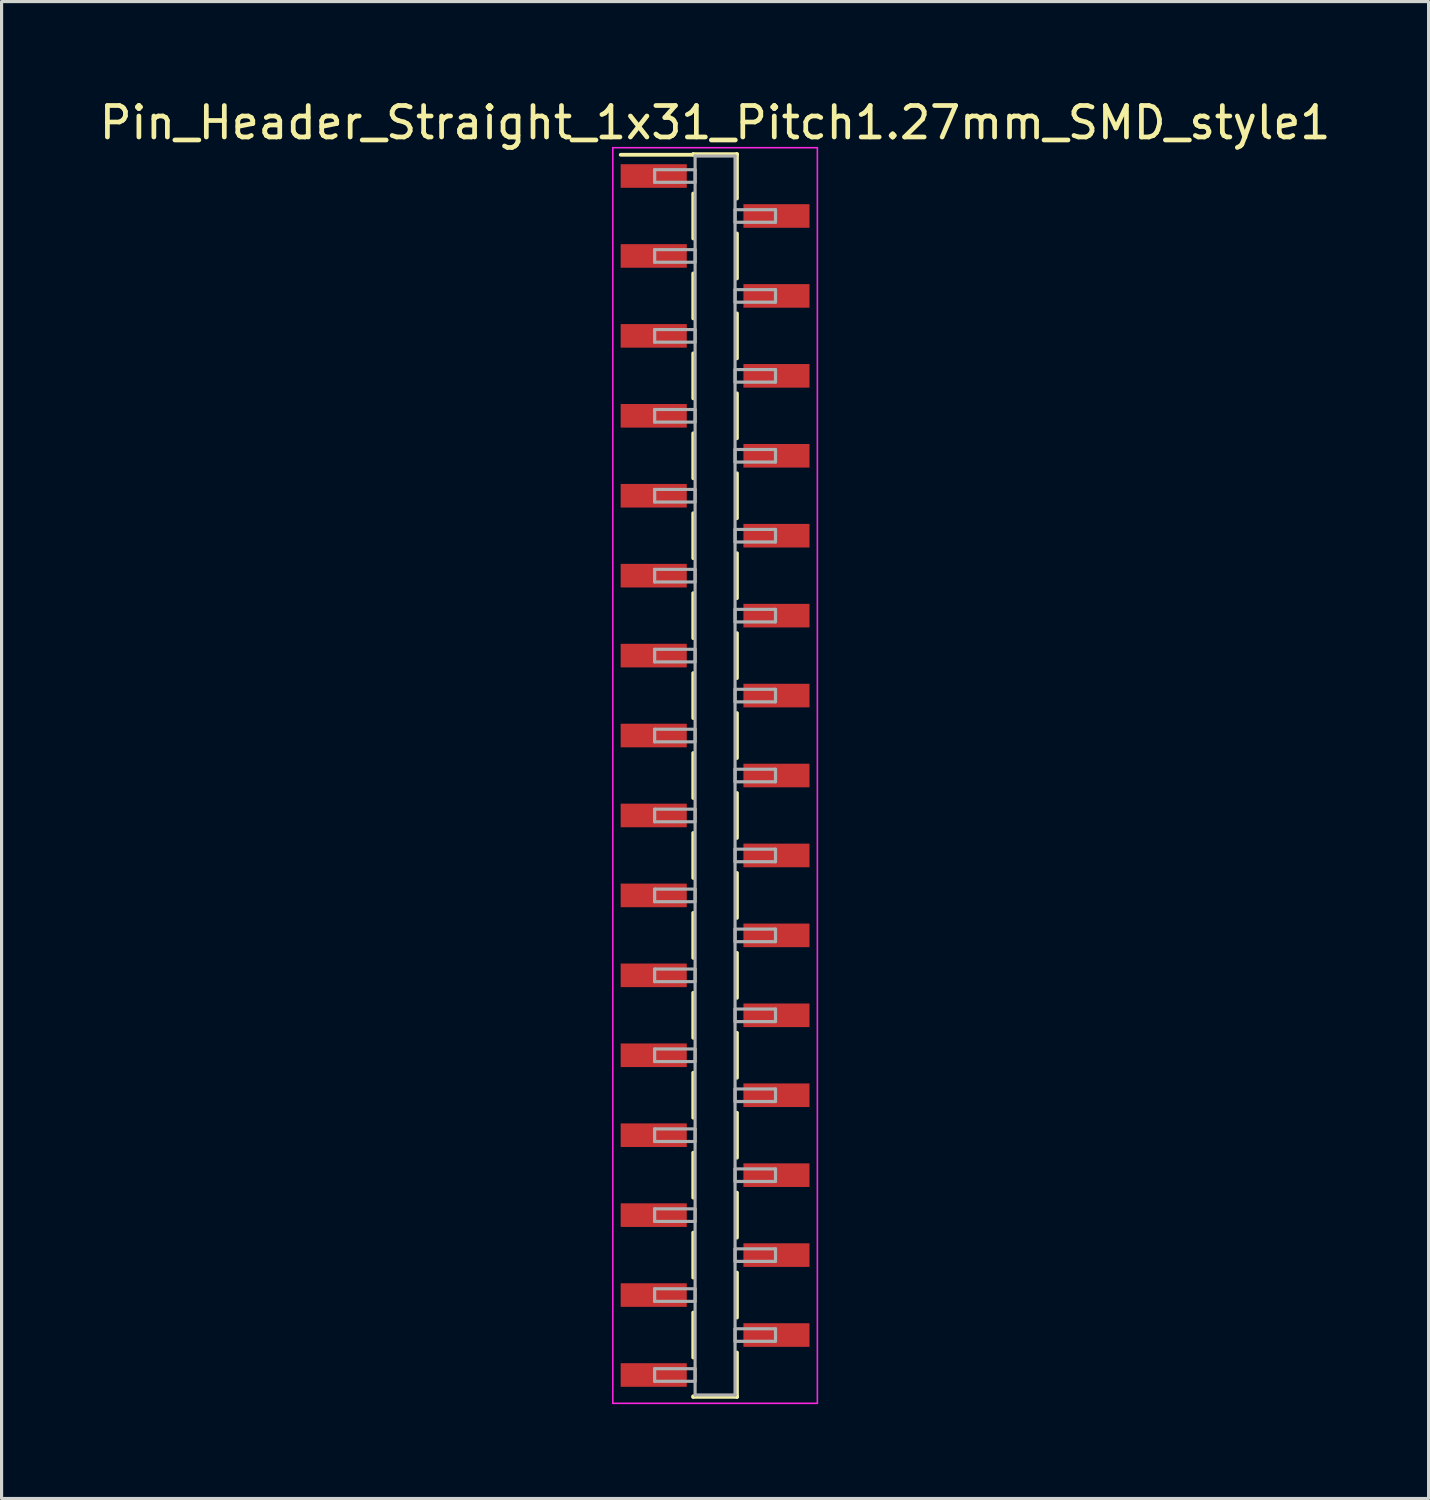
<source format=kicad_pcb>
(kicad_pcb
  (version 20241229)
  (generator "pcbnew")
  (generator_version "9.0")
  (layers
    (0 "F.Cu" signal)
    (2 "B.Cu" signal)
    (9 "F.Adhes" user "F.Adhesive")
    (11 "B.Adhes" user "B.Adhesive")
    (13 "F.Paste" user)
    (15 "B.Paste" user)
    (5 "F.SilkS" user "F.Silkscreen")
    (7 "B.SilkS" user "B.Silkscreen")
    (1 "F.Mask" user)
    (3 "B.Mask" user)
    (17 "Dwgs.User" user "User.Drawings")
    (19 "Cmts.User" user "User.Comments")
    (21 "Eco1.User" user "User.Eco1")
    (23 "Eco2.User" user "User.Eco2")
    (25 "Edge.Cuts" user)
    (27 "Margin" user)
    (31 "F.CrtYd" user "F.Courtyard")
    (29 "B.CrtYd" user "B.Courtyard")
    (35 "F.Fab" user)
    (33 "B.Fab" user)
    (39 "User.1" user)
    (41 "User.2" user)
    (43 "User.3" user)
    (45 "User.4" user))
  (footprint "Pin_Header_Straight_1x31_Pitch1.27mm_SMD_style1"
    (layer "F.Cu")
    (at 19.673 21.593)
    (property "Reference" "Pin_Header_Straight_1x31_Pitch1.27mm_SMD_style1" (at 0 -20.745 0) (layer "F.SilkS") (effects (font (size 1 1) (thickness 0.15))))
    (attr smd)
    (fp_line (start -0.695 -19.745) (end 0.695 -19.745) (stroke (width 0.12) (type solid)) (layer "F.SilkS"))
    (fp_line (start -0.695 -19.725) (end -3 -19.725) (stroke (width 0.12) (type solid)) (layer "F.SilkS"))
    (fp_line (start -0.695 -19.725) (end -0.695 -19.745) (stroke (width 0.12) (type solid)) (layer "F.SilkS"))
    (fp_line (start -0.695 -18.495) (end -0.695 -17.065) (stroke (width 0.12) (type solid)) (layer "F.SilkS"))
    (fp_line (start -0.695 -15.955) (end -0.695 -14.525) (stroke (width 0.12) (type solid)) (layer "F.SilkS"))
    (fp_line (start -0.695 -13.415) (end -0.695 -11.985) (stroke (width 0.12) (type solid)) (layer "F.SilkS"))
    (fp_line (start -0.695 -10.875) (end -0.695 -9.445) (stroke (width 0.12) (type solid)) (layer "F.SilkS"))
    (fp_line (start -0.695 -8.335) (end -0.695 -6.905) (stroke (width 0.12) (type solid)) (layer "F.SilkS"))
    (fp_line (start -0.695 -5.795) (end -0.695 -4.365) (stroke (width 0.12) (type solid)) (layer "F.SilkS"))
    (fp_line (start -0.695 -3.255) (end -0.695 -1.825) (stroke (width 0.12) (type solid)) (layer "F.SilkS"))
    (fp_line (start -0.695 -0.715) (end -0.695 0.715) (stroke (width 0.12) (type solid)) (layer "F.SilkS"))
    (fp_line (start -0.695 1.825) (end -0.695 3.255) (stroke (width 0.12) (type solid)) (layer "F.SilkS"))
    (fp_line (start -0.695 4.365) (end -0.695 5.795) (stroke (width 0.12) (type solid)) (layer "F.SilkS"))
    (fp_line (start -0.695 6.905) (end -0.695 8.335) (stroke (width 0.12) (type solid)) (layer "F.SilkS"))
    (fp_line (start -0.695 9.445) (end -0.695 10.875) (stroke (width 0.12) (type solid)) (layer "F.SilkS"))
    (fp_line (start -0.695 11.985) (end -0.695 13.415) (stroke (width 0.12) (type solid)) (layer "F.SilkS"))
    (fp_line (start -0.695 14.525) (end -0.695 15.955) (stroke (width 0.12) (type solid)) (layer "F.SilkS"))
    (fp_line (start -0.695 17.065) (end -0.695 18.495) (stroke (width 0.12) (type solid)) (layer "F.SilkS"))
    (fp_line (start -0.695 19.725) (end -0.695 19.745) (stroke (width 0.12) (type solid)) (layer "F.SilkS"))
    (fp_line (start -0.695 19.745) (end 0.695 19.745) (stroke (width 0.12) (type solid)) (layer "F.SilkS"))
    (fp_line (start 0.695 -19.745) (end 0.695 -19.725) (stroke (width 0.12) (type solid)) (layer "F.SilkS"))
    (fp_line (start 0.695 -19.745) (end 0.695 -18.335) (stroke (width 0.12) (type solid)) (layer "F.SilkS"))
    (fp_line (start 0.695 -17.225) (end 0.695 -15.795) (stroke (width 0.12) (type solid)) (layer "F.SilkS"))
    (fp_line (start 0.695 -14.685) (end 0.695 -13.255) (stroke (width 0.12) (type solid)) (layer "F.SilkS"))
    (fp_line (start 0.695 -12.145) (end 0.695 -10.715) (stroke (width 0.12) (type solid)) (layer "F.SilkS"))
    (fp_line (start 0.695 -9.605) (end 0.695 -8.175) (stroke (width 0.12) (type solid)) (layer "F.SilkS"))
    (fp_line (start 0.695 -7.065) (end 0.695 -5.635) (stroke (width 0.12) (type solid)) (layer "F.SilkS"))
    (fp_line (start 0.695 -4.525) (end 0.695 -3.095) (stroke (width 0.12) (type solid)) (layer "F.SilkS"))
    (fp_line (start 0.695 -1.985) (end 0.695 -0.555) (stroke (width 0.12) (type solid)) (layer "F.SilkS"))
    (fp_line (start 0.695 0.555) (end 0.695 1.985) (stroke (width 0.12) (type solid)) (layer "F.SilkS"))
    (fp_line (start 0.695 3.095) (end 0.695 4.525) (stroke (width 0.12) (type solid)) (layer "F.SilkS"))
    (fp_line (start 0.695 5.635) (end 0.695 7.065) (stroke (width 0.12) (type solid)) (layer "F.SilkS"))
    (fp_line (start 0.695 8.175) (end 0.695 9.605) (stroke (width 0.12) (type solid)) (layer "F.SilkS"))
    (fp_line (start 0.695 10.715) (end 0.695 12.145) (stroke (width 0.12) (type solid)) (layer "F.SilkS"))
    (fp_line (start 0.695 13.255) (end 0.695 14.685) (stroke (width 0.12) (type solid)) (layer "F.SilkS"))
    (fp_line (start 0.695 15.795) (end 0.695 17.225) (stroke (width 0.12) (type solid)) (layer "F.SilkS"))
    (fp_line (start 0.695 18.335) (end 0.695 19.745) (stroke (width 0.12) (type solid)) (layer "F.SilkS"))
    (fp_line (start 0.695 19.745) (end 0.695 19.725) (stroke (width 0.12) (type solid)) (layer "F.SilkS"))
    (fp_line (start -3.25 -19.95) (end -3.25 19.95) (stroke (width 0.05) (type solid)) (layer "F.CrtYd"))
    (fp_line (start -3.25 19.95) (end 3.25 19.95) (stroke (width 0.05) (type solid)) (layer "F.CrtYd"))
    (fp_line (start 3.25 -19.95) (end -3.25 -19.95) (stroke (width 0.05) (type solid)) (layer "F.CrtYd"))
    (fp_line (start 3.25 19.95) (end 3.25 -19.95) (stroke (width 0.05) (type solid)) (layer "F.CrtYd"))
    (fp_line (start -1.92 -19.25) (end -0.635 -19.25) (stroke (width 0.1) (type solid)) (layer "F.Fab"))
    (fp_line (start -1.92 -18.85) (end -1.92 -19.25) (stroke (width 0.1) (type solid)) (layer "F.Fab"))
    (fp_line (start -1.92 -16.71) (end -0.635 -16.71) (stroke (width 0.1) (type solid)) (layer "F.Fab"))
    (fp_line (start -1.92 -16.31) (end -1.92 -16.71) (stroke (width 0.1) (type solid)) (layer "F.Fab"))
    (fp_line (start -1.92 -14.17) (end -0.635 -14.17) (stroke (width 0.1) (type solid)) (layer "F.Fab"))
    (fp_line (start -1.92 -13.77) (end -1.92 -14.17) (stroke (width 0.1) (type solid)) (layer "F.Fab"))
    (fp_line (start -1.92 -11.63) (end -0.635 -11.63) (stroke (width 0.1) (type solid)) (layer "F.Fab"))
    (fp_line (start -1.92 -11.23) (end -1.92 -11.63) (stroke (width 0.1) (type solid)) (layer "F.Fab"))
    (fp_line (start -1.92 -9.09) (end -0.635 -9.09) (stroke (width 0.1) (type solid)) (layer "F.Fab"))
    (fp_line (start -1.92 -8.69) (end -1.92 -9.09) (stroke (width 0.1) (type solid)) (layer "F.Fab"))
    (fp_line (start -1.92 -6.55) (end -0.635 -6.55) (stroke (width 0.1) (type solid)) (layer "F.Fab"))
    (fp_line (start -1.92 -6.15) (end -1.92 -6.55) (stroke (width 0.1) (type solid)) (layer "F.Fab"))
    (fp_line (start -1.92 -4.01) (end -0.635 -4.01) (stroke (width 0.1) (type solid)) (layer "F.Fab"))
    (fp_line (start -1.92 -3.61) (end -1.92 -4.01) (stroke (width 0.1) (type solid)) (layer "F.Fab"))
    (fp_line (start -1.92 -1.47) (end -0.635 -1.47) (stroke (width 0.1) (type solid)) (layer "F.Fab"))
    (fp_line (start -1.92 -1.07) (end -1.92 -1.47) (stroke (width 0.1) (type solid)) (layer "F.Fab"))
    (fp_line (start -1.92 1.07) (end -0.635 1.07) (stroke (width 0.1) (type solid)) (layer "F.Fab"))
    (fp_line (start -1.92 1.47) (end -1.92 1.07) (stroke (width 0.1) (type solid)) (layer "F.Fab"))
    (fp_line (start -1.92 3.61) (end -0.635 3.61) (stroke (width 0.1) (type solid)) (layer "F.Fab"))
    (fp_line (start -1.92 4.01) (end -1.92 3.61) (stroke (width 0.1) (type solid)) (layer "F.Fab"))
    (fp_line (start -1.92 6.15) (end -0.635 6.15) (stroke (width 0.1) (type solid)) (layer "F.Fab"))
    (fp_line (start -1.92 6.55) (end -1.92 6.15) (stroke (width 0.1) (type solid)) (layer "F.Fab"))
    (fp_line (start -1.92 8.69) (end -0.635 8.69) (stroke (width 0.1) (type solid)) (layer "F.Fab"))
    (fp_line (start -1.92 9.09) (end -1.92 8.69) (stroke (width 0.1) (type solid)) (layer "F.Fab"))
    (fp_line (start -1.92 11.23) (end -0.635 11.23) (stroke (width 0.1) (type solid)) (layer "F.Fab"))
    (fp_line (start -1.92 11.63) (end -1.92 11.23) (stroke (width 0.1) (type solid)) (layer "F.Fab"))
    (fp_line (start -1.92 13.77) (end -0.635 13.77) (stroke (width 0.1) (type solid)) (layer "F.Fab"))
    (fp_line (start -1.92 14.17) (end -1.92 13.77) (stroke (width 0.1) (type solid)) (layer "F.Fab"))
    (fp_line (start -1.92 16.31) (end -0.635 16.31) (stroke (width 0.1) (type solid)) (layer "F.Fab"))
    (fp_line (start -1.92 16.71) (end -1.92 16.31) (stroke (width 0.1) (type solid)) (layer "F.Fab"))
    (fp_line (start -1.92 18.85) (end -0.635 18.85) (stroke (width 0.1) (type solid)) (layer "F.Fab"))
    (fp_line (start -1.92 19.25) (end -1.92 18.85) (stroke (width 0.1) (type solid)) (layer "F.Fab"))
    (fp_line (start -0.635 -19.685) (end -0.635 19.685) (stroke (width 0.1) (type solid)) (layer "F.Fab"))
    (fp_line (start -0.635 -19.25) (end -0.635 -18.85) (stroke (width 0.1) (type solid)) (layer "F.Fab"))
    (fp_line (start -0.635 -18.85) (end -1.92 -18.85) (stroke (width 0.1) (type solid)) (layer "F.Fab"))
    (fp_line (start -0.635 -16.71) (end -0.635 -16.31) (stroke (width 0.1) (type solid)) (layer "F.Fab"))
    (fp_line (start -0.635 -16.31) (end -1.92 -16.31) (stroke (width 0.1) (type solid)) (layer "F.Fab"))
    (fp_line (start -0.635 -14.17) (end -0.635 -13.77) (stroke (width 0.1) (type solid)) (layer "F.Fab"))
    (fp_line (start -0.635 -13.77) (end -1.92 -13.77) (stroke (width 0.1) (type solid)) (layer "F.Fab"))
    (fp_line (start -0.635 -11.63) (end -0.635 -11.23) (stroke (width 0.1) (type solid)) (layer "F.Fab"))
    (fp_line (start -0.635 -11.23) (end -1.92 -11.23) (stroke (width 0.1) (type solid)) (layer "F.Fab"))
    (fp_line (start -0.635 -9.09) (end -0.635 -8.69) (stroke (width 0.1) (type solid)) (layer "F.Fab"))
    (fp_line (start -0.635 -8.69) (end -1.92 -8.69) (stroke (width 0.1) (type solid)) (layer "F.Fab"))
    (fp_line (start -0.635 -6.55) (end -0.635 -6.15) (stroke (width 0.1) (type solid)) (layer "F.Fab"))
    (fp_line (start -0.635 -6.15) (end -1.92 -6.15) (stroke (width 0.1) (type solid)) (layer "F.Fab"))
    (fp_line (start -0.635 -4.01) (end -0.635 -3.61) (stroke (width 0.1) (type solid)) (layer "F.Fab"))
    (fp_line (start -0.635 -3.61) (end -1.92 -3.61) (stroke (width 0.1) (type solid)) (layer "F.Fab"))
    (fp_line (start -0.635 -1.47) (end -0.635 -1.07) (stroke (width 0.1) (type solid)) (layer "F.Fab"))
    (fp_line (start -0.635 -1.07) (end -1.92 -1.07) (stroke (width 0.1) (type solid)) (layer "F.Fab"))
    (fp_line (start -0.635 1.07) (end -0.635 1.47) (stroke (width 0.1) (type solid)) (layer "F.Fab"))
    (fp_line (start -0.635 1.47) (end -1.92 1.47) (stroke (width 0.1) (type solid)) (layer "F.Fab"))
    (fp_line (start -0.635 3.61) (end -0.635 4.01) (stroke (width 0.1) (type solid)) (layer "F.Fab"))
    (fp_line (start -0.635 4.01) (end -1.92 4.01) (stroke (width 0.1) (type solid)) (layer "F.Fab"))
    (fp_line (start -0.635 6.15) (end -0.635 6.55) (stroke (width 0.1) (type solid)) (layer "F.Fab"))
    (fp_line (start -0.635 6.55) (end -1.92 6.55) (stroke (width 0.1) (type solid)) (layer "F.Fab"))
    (fp_line (start -0.635 8.69) (end -0.635 9.09) (stroke (width 0.1) (type solid)) (layer "F.Fab"))
    (fp_line (start -0.635 9.09) (end -1.92 9.09) (stroke (width 0.1) (type solid)) (layer "F.Fab"))
    (fp_line (start -0.635 11.23) (end -0.635 11.63) (stroke (width 0.1) (type solid)) (layer "F.Fab"))
    (fp_line (start -0.635 11.63) (end -1.92 11.63) (stroke (width 0.1) (type solid)) (layer "F.Fab"))
    (fp_line (start -0.635 13.77) (end -0.635 14.17) (stroke (width 0.1) (type solid)) (layer "F.Fab"))
    (fp_line (start -0.635 14.17) (end -1.92 14.17) (stroke (width 0.1) (type solid)) (layer "F.Fab"))
    (fp_line (start -0.635 16.31) (end -0.635 16.71) (stroke (width 0.1) (type solid)) (layer "F.Fab"))
    (fp_line (start -0.635 16.71) (end -1.92 16.71) (stroke (width 0.1) (type solid)) (layer "F.Fab"))
    (fp_line (start -0.635 18.85) (end -0.635 19.25) (stroke (width 0.1) (type solid)) (layer "F.Fab"))
    (fp_line (start -0.635 19.25) (end -1.92 19.25) (stroke (width 0.1) (type solid)) (layer "F.Fab"))
    (fp_line (start -0.635 19.685) (end 0.635 19.685) (stroke (width 0.1) (type solid)) (layer "F.Fab"))
    (fp_line (start 0.635 -19.685) (end -0.635 -19.685) (stroke (width 0.1) (type solid)) (layer "F.Fab"))
    (fp_line (start 0.635 -17.98) (end 0.635 -17.58) (stroke (width 0.1) (type solid)) (layer "F.Fab"))
    (fp_line (start 0.635 -17.58) (end 1.92 -17.58) (stroke (width 0.1) (type solid)) (layer "F.Fab"))
    (fp_line (start 0.635 -15.44) (end 0.635 -15.04) (stroke (width 0.1) (type solid)) (layer "F.Fab"))
    (fp_line (start 0.635 -15.04) (end 1.92 -15.04) (stroke (width 0.1) (type solid)) (layer "F.Fab"))
    (fp_line (start 0.635 -12.9) (end 0.635 -12.5) (stroke (width 0.1) (type solid)) (layer "F.Fab"))
    (fp_line (start 0.635 -12.5) (end 1.92 -12.5) (stroke (width 0.1) (type solid)) (layer "F.Fab"))
    (fp_line (start 0.635 -10.36) (end 0.635 -9.96) (stroke (width 0.1) (type solid)) (layer "F.Fab"))
    (fp_line (start 0.635 -9.96) (end 1.92 -9.96) (stroke (width 0.1) (type solid)) (layer "F.Fab"))
    (fp_line (start 0.635 -7.82) (end 0.635 -7.42) (stroke (width 0.1) (type solid)) (layer "F.Fab"))
    (fp_line (start 0.635 -7.42) (end 1.92 -7.42) (stroke (width 0.1) (type solid)) (layer "F.Fab"))
    (fp_line (start 0.635 -5.28) (end 0.635 -4.88) (stroke (width 0.1) (type solid)) (layer "F.Fab"))
    (fp_line (start 0.635 -4.88) (end 1.92 -4.88) (stroke (width 0.1) (type solid)) (layer "F.Fab"))
    (fp_line (start 0.635 -2.74) (end 0.635 -2.34) (stroke (width 0.1) (type solid)) (layer "F.Fab"))
    (fp_line (start 0.635 -2.34) (end 1.92 -2.34) (stroke (width 0.1) (type solid)) (layer "F.Fab"))
    (fp_line (start 0.635 -0.2) (end 0.635 0.2) (stroke (width 0.1) (type solid)) (layer "F.Fab"))
    (fp_line (start 0.635 0.2) (end 1.92 0.2) (stroke (width 0.1) (type solid)) (layer "F.Fab"))
    (fp_line (start 0.635 2.34) (end 0.635 2.74) (stroke (width 0.1) (type solid)) (layer "F.Fab"))
    (fp_line (start 0.635 2.74) (end 1.92 2.74) (stroke (width 0.1) (type solid)) (layer "F.Fab"))
    (fp_line (start 0.635 4.88) (end 0.635 5.28) (stroke (width 0.1) (type solid)) (layer "F.Fab"))
    (fp_line (start 0.635 5.28) (end 1.92 5.28) (stroke (width 0.1) (type solid)) (layer "F.Fab"))
    (fp_line (start 0.635 7.42) (end 0.635 7.82) (stroke (width 0.1) (type solid)) (layer "F.Fab"))
    (fp_line (start 0.635 7.82) (end 1.92 7.82) (stroke (width 0.1) (type solid)) (layer "F.Fab"))
    (fp_line (start 0.635 9.96) (end 0.635 10.36) (stroke (width 0.1) (type solid)) (layer "F.Fab"))
    (fp_line (start 0.635 10.36) (end 1.92 10.36) (stroke (width 0.1) (type solid)) (layer "F.Fab"))
    (fp_line (start 0.635 12.5) (end 0.635 12.9) (stroke (width 0.1) (type solid)) (layer "F.Fab"))
    (fp_line (start 0.635 12.9) (end 1.92 12.9) (stroke (width 0.1) (type solid)) (layer "F.Fab"))
    (fp_line (start 0.635 15.04) (end 0.635 15.44) (stroke (width 0.1) (type solid)) (layer "F.Fab"))
    (fp_line (start 0.635 15.44) (end 1.92 15.44) (stroke (width 0.1) (type solid)) (layer "F.Fab"))
    (fp_line (start 0.635 17.58) (end 0.635 17.98) (stroke (width 0.1) (type solid)) (layer "F.Fab"))
    (fp_line (start 0.635 17.98) (end 1.92 17.98) (stroke (width 0.1) (type solid)) (layer "F.Fab"))
    (fp_line (start 0.635 19.685) (end 0.635 -19.685) (stroke (width 0.1) (type solid)) (layer "F.Fab"))
    (fp_line (start 1.92 -17.98) (end 0.635 -17.98) (stroke (width 0.1) (type solid)) (layer "F.Fab"))
    (fp_line (start 1.92 -17.58) (end 1.92 -17.98) (stroke (width 0.1) (type solid)) (layer "F.Fab"))
    (fp_line (start 1.92 -15.44) (end 0.635 -15.44) (stroke (width 0.1) (type solid)) (layer "F.Fab"))
    (fp_line (start 1.92 -15.04) (end 1.92 -15.44) (stroke (width 0.1) (type solid)) (layer "F.Fab"))
    (fp_line (start 1.92 -12.9) (end 0.635 -12.9) (stroke (width 0.1) (type solid)) (layer "F.Fab"))
    (fp_line (start 1.92 -12.5) (end 1.92 -12.9) (stroke (width 0.1) (type solid)) (layer "F.Fab"))
    (fp_line (start 1.92 -10.36) (end 0.635 -10.36) (stroke (width 0.1) (type solid)) (layer "F.Fab"))
    (fp_line (start 1.92 -9.96) (end 1.92 -10.36) (stroke (width 0.1) (type solid)) (layer "F.Fab"))
    (fp_line (start 1.92 -7.82) (end 0.635 -7.82) (stroke (width 0.1) (type solid)) (layer "F.Fab"))
    (fp_line (start 1.92 -7.42) (end 1.92 -7.82) (stroke (width 0.1) (type solid)) (layer "F.Fab"))
    (fp_line (start 1.92 -5.28) (end 0.635 -5.28) (stroke (width 0.1) (type solid)) (layer "F.Fab"))
    (fp_line (start 1.92 -4.88) (end 1.92 -5.28) (stroke (width 0.1) (type solid)) (layer "F.Fab"))
    (fp_line (start 1.92 -2.74) (end 0.635 -2.74) (stroke (width 0.1) (type solid)) (layer "F.Fab"))
    (fp_line (start 1.92 -2.34) (end 1.92 -2.74) (stroke (width 0.1) (type solid)) (layer "F.Fab"))
    (fp_line (start 1.92 -0.2) (end 0.635 -0.2) (stroke (width 0.1) (type solid)) (layer "F.Fab"))
    (fp_line (start 1.92 0.2) (end 1.92 -0.2) (stroke (width 0.1) (type solid)) (layer "F.Fab"))
    (fp_line (start 1.92 2.34) (end 0.635 2.34) (stroke (width 0.1) (type solid)) (layer "F.Fab"))
    (fp_line (start 1.92 2.74) (end 1.92 2.34) (stroke (width 0.1) (type solid)) (layer "F.Fab"))
    (fp_line (start 1.92 4.88) (end 0.635 4.88) (stroke (width 0.1) (type solid)) (layer "F.Fab"))
    (fp_line (start 1.92 5.28) (end 1.92 4.88) (stroke (width 0.1) (type solid)) (layer "F.Fab"))
    (fp_line (start 1.92 7.42) (end 0.635 7.42) (stroke (width 0.1) (type solid)) (layer "F.Fab"))
    (fp_line (start 1.92 7.82) (end 1.92 7.42) (stroke (width 0.1) (type solid)) (layer "F.Fab"))
    (fp_line (start 1.92 9.96) (end 0.635 9.96) (stroke (width 0.1) (type solid)) (layer "F.Fab"))
    (fp_line (start 1.92 10.36) (end 1.92 9.96) (stroke (width 0.1) (type solid)) (layer "F.Fab"))
    (fp_line (start 1.92 12.5) (end 0.635 12.5) (stroke (width 0.1) (type solid)) (layer "F.Fab"))
    (fp_line (start 1.92 12.9) (end 1.92 12.5) (stroke (width 0.1) (type solid)) (layer "F.Fab"))
    (fp_line (start 1.92 15.04) (end 0.635 15.04) (stroke (width 0.1) (type solid)) (layer "F.Fab"))
    (fp_line (start 1.92 15.44) (end 1.92 15.04) (stroke (width 0.1) (type solid)) (layer "F.Fab"))
    (fp_line (start 1.92 17.58) (end 0.635 17.58) (stroke (width 0.1) (type solid)) (layer "F.Fab"))
    (fp_line (start 1.92 17.98) (end 1.92 17.58) (stroke (width 0.1) (type solid)) (layer "F.Fab"))
    (pad "1" smd rect (at -1.95 -19.05) (size 2.1 0.75) (layers "F.Cu" "F.Mask"))
    (pad "2" smd rect (at 1.95 -17.78) (size 2.1 0.75) (layers "F.Cu" "F.Mask"))
    (pad "3" smd rect (at -1.95 -16.51) (size 2.1 0.75) (layers "F.Cu" "F.Mask"))
    (pad "4" smd rect (at 1.95 -15.24) (size 2.1 0.75) (layers "F.Cu" "F.Mask"))
    (pad "5" smd rect (at -1.95 -13.97) (size 2.1 0.75) (layers "F.Cu" "F.Mask"))
    (pad "6" smd rect (at 1.95 -12.7) (size 2.1 0.75) (layers "F.Cu" "F.Mask"))
    (pad "7" smd rect (at -1.95 -11.43) (size 2.1 0.75) (layers "F.Cu" "F.Mask"))
    (pad "8" smd rect (at 1.95 -10.16) (size 2.1 0.75) (layers "F.Cu" "F.Mask"))
    (pad "9" smd rect (at -1.95 -8.89) (size 2.1 0.75) (layers "F.Cu" "F.Mask"))
    (pad "10" smd rect (at 1.95 -7.62) (size 2.1 0.75) (layers "F.Cu" "F.Mask"))
    (pad "11" smd rect (at -1.95 -6.35) (size 2.1 0.75) (layers "F.Cu" "F.Mask"))
    (pad "12" smd rect (at 1.95 -5.08) (size 2.1 0.75) (layers "F.Cu" "F.Mask"))
    (pad "13" smd rect (at -1.95 -3.81) (size 2.1 0.75) (layers "F.Cu" "F.Mask"))
    (pad "14" smd rect (at 1.95 -2.54) (size 2.1 0.75) (layers "F.Cu" "F.Mask"))
    (pad "15" smd rect (at -1.95 -1.27) (size 2.1 0.75) (layers "F.Cu" "F.Mask"))
    (pad "16" smd rect (at 1.95 0) (size 2.1 0.75) (layers "F.Cu" "F.Mask"))
    (pad "17" smd rect (at -1.95 1.27) (size 2.1 0.75) (layers "F.Cu" "F.Mask"))
    (pad "18" smd rect (at 1.95 2.54) (size 2.1 0.75) (layers "F.Cu" "F.Mask"))
    (pad "19" smd rect (at -1.95 3.81) (size 2.1 0.75) (layers "F.Cu" "F.Mask"))
    (pad "20" smd rect (at 1.95 5.08) (size 2.1 0.75) (layers "F.Cu" "F.Mask"))
    (pad "21" smd rect (at -1.95 6.35) (size 2.1 0.75) (layers "F.Cu" "F.Mask"))
    (pad "22" smd rect (at 1.95 7.62) (size 2.1 0.75) (layers "F.Cu" "F.Mask"))
    (pad "23" smd rect (at -1.95 8.89) (size 2.1 0.75) (layers "F.Cu" "F.Mask"))
    (pad "24" smd rect (at 1.95 10.16) (size 2.1 0.75) (layers "F.Cu" "F.Mask"))
    (pad "25" smd rect (at -1.95 11.43) (size 2.1 0.75) (layers "F.Cu" "F.Mask"))
    (pad "26" smd rect (at 1.95 12.7) (size 2.1 0.75) (layers "F.Cu" "F.Mask"))
    (pad "27" smd rect (at -1.95 13.97) (size 2.1 0.75) (layers "F.Cu" "F.Mask"))
    (pad "28" smd rect (at 1.95 15.24) (size 2.1 0.75) (layers "F.Cu" "F.Mask"))
    (pad "29" smd rect (at -1.95 16.51) (size 2.1 0.75) (layers "F.Cu" "F.Mask"))
    (pad "30" smd rect (at 1.95 17.78) (size 2.1 0.75) (layers "F.Cu" "F.Mask"))
    (pad "31" smd rect (at -1.95 19.05) (size 2.1 0.75) (layers "F.Cu" "F.Mask")))
  (gr_rect
    (start -3 -3)
    (end 42.345 44.568)
    (stroke (width 0.1) (type default))
    (fill no)
    (layer "Edge.Cuts")))
</source>
